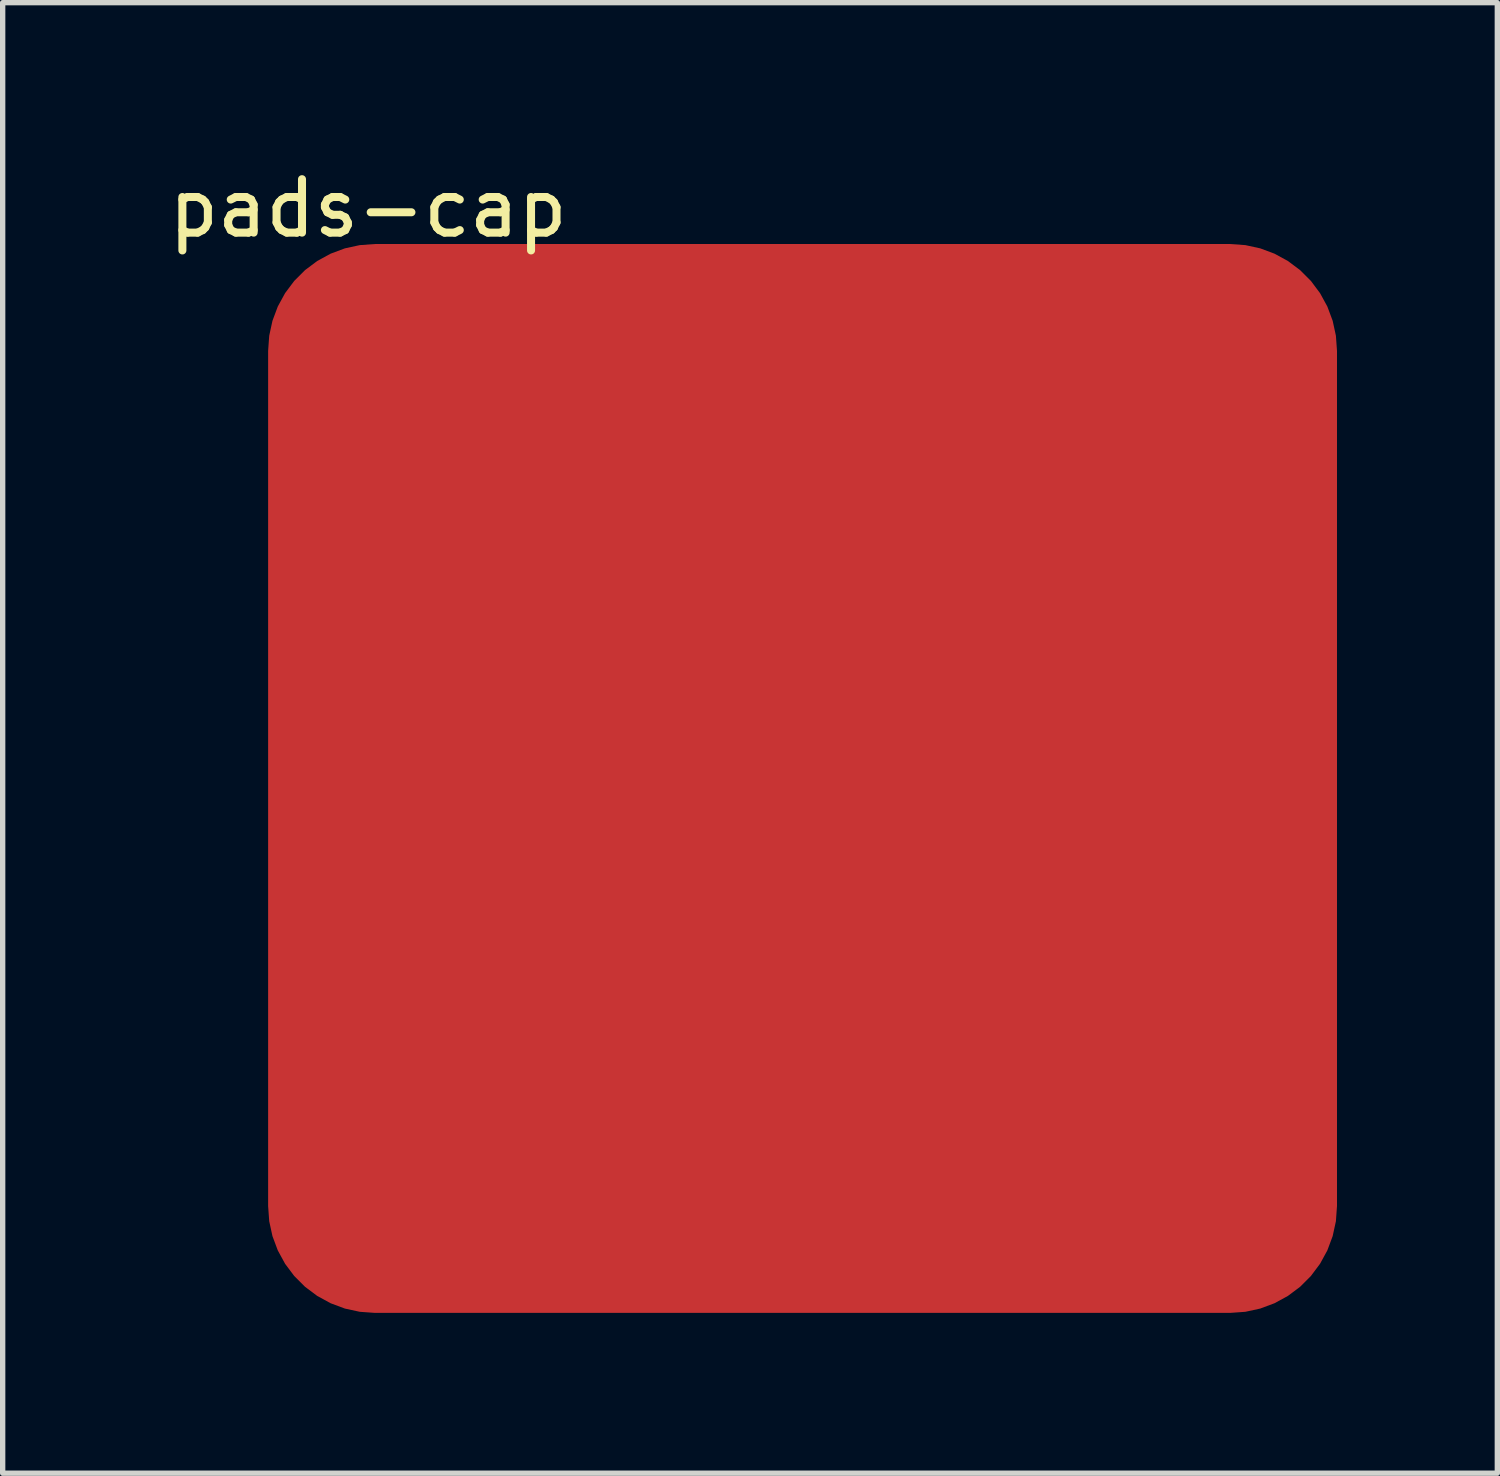
<source format=kicad_pcb>
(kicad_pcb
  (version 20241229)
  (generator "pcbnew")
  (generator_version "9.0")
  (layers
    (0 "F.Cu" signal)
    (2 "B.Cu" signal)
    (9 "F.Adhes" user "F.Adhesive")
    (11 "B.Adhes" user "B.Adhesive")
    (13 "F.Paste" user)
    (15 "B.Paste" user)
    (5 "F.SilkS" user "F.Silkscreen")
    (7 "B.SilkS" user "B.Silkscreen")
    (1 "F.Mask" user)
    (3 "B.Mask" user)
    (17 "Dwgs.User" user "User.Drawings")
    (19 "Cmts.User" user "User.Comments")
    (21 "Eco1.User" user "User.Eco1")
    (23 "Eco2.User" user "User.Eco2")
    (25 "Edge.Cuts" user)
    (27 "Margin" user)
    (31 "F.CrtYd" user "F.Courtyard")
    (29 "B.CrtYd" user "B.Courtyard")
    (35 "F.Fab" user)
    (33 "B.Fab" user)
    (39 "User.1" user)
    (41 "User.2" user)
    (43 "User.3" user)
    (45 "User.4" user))
  (footprint "pads-cap"
    (layer "F.Cu")
    (at 11.967 11.516)
    (property "Reference" "pads-cap" (at -8.128 -10.668 0) (layer "F.SilkS") (effects (font (size 1 1) (thickness 0.15))))
    (attr through_hole)
    (pad "1" smd roundrect (at 0 0) (size 20 20) (layers "F.Cu" "F.Mask" "F.Paste") (roundrect_rratio 0.1)))
  (gr_rect
    (start -3 -3)
    (end 24.967 24.516)
    (stroke (width 0.1) (type default))
    (fill no)
    (layer "Edge.Cuts")))
</source>
